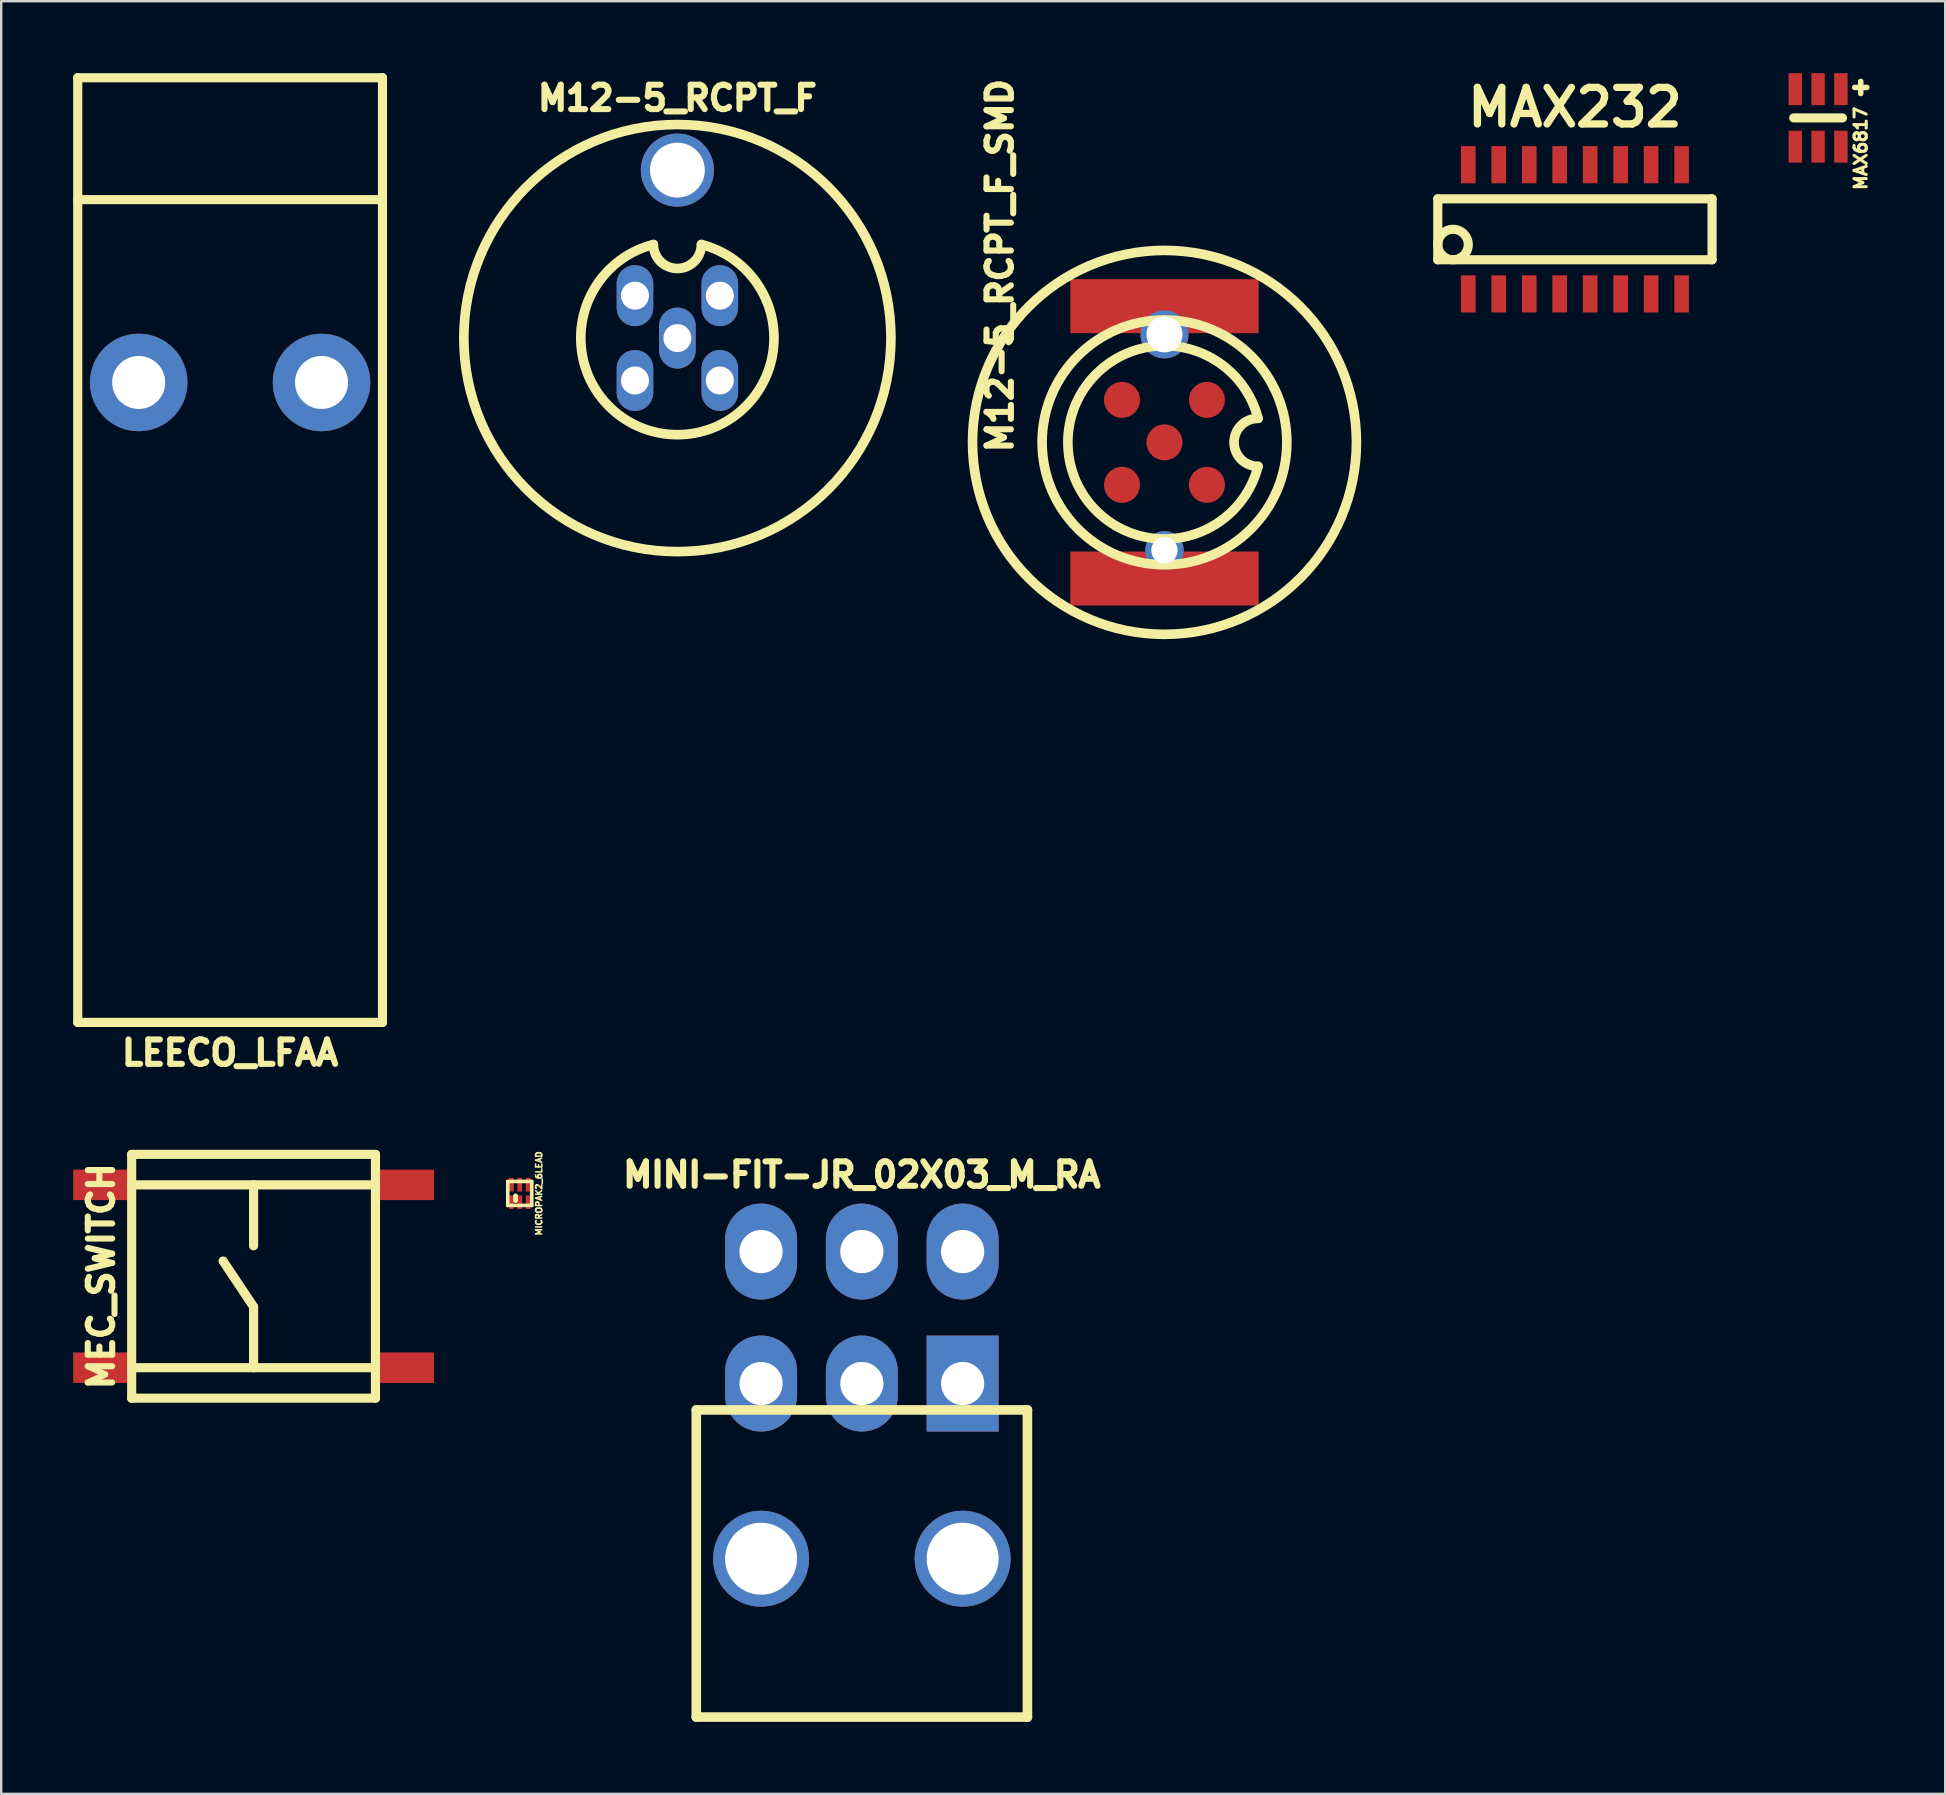
<source format=kicad_pcb>
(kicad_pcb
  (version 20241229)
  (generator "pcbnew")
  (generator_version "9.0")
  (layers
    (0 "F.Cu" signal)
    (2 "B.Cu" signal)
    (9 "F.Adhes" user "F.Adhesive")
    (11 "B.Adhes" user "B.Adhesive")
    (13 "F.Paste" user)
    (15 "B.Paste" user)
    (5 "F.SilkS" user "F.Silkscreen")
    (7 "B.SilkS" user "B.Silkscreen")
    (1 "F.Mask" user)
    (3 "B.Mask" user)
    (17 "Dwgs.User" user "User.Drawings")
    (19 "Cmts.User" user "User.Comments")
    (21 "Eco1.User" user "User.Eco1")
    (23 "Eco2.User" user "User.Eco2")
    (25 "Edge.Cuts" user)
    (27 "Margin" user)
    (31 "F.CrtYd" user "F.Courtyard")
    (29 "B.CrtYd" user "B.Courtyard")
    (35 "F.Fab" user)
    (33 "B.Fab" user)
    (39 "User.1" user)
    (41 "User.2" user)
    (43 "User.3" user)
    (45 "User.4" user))
  (footprint "MAX6817"
    (layer "F.Cu")
    (at 72.721 1.864)
    (property "Reference" "MAX6817" (at 1.778 1.27 270) (layer "F.SilkS") (effects (font (size 0.508 0.508) (thickness 0.127))))
    (property "Value" "${VALUE}" (at -1.778 0 90) (layer "F.SilkS") (hide yes) (effects (font (size 0.508 0.508) (thickness 0.127))))
    (attr through_hole)
    (fp_line (start 1.016 0) (end -1.016 0) (stroke (width 0.381) (type solid)) (layer "F.SilkS"))
    (fp_line (start 1.778 -1.524) (end 1.778 -1.016) (stroke (width 0.229) (type solid)) (layer "F.SilkS"))
    (fp_line (start 2.032 -1.27) (end 1.524 -1.27) (stroke (width 0.229) (type solid)) (layer "F.SilkS"))
    (pad "1" smd rect (at 0.95 -1.199 270) (size 1.331 0.559) (layers "F.Cu" "F.Mask" "F.Paste"))
    (pad "2" smd rect (at 0 -1.199 270) (size 1.331 0.559) (layers "F.Cu" "F.Mask" "F.Paste"))
    (pad "3" smd rect (at -0.95 -1.199 270) (size 1.331 0.559) (layers "F.Cu" "F.Mask" "F.Paste"))
    (pad "4" smd rect (at -0.95 1.199 270) (size 1.331 0.559) (layers "F.Cu" "F.Mask" "F.Paste"))
    (pad "5" smd rect (at 0 1.199 270) (size 1.331 0.559) (layers "F.Cu" "F.Mask" "F.Paste"))
    (pad "6" smd rect (at 0.95 1.199 270) (size 1.331 0.559) (layers "F.Cu" "F.Mask" "F.Paste")))
  (footprint "M12-5_RCPT_F_SMD"
    (layer "F.Cu")
    (at 45.481 15.386)
    (property "Reference" "M12-5_RCPT_F_SMD" (at -6.858 -7.366 270) (layer "F.SilkS") (effects (font (size 1.016 1.016) (thickness 0.254))))
    (attr through_hole)
    (fp_arc (start 3.899348 1.002533) (mid -4.026163 -0.001308) (end 3.899999 -0.999999) (stroke (width 0.4) (type solid)) (layer "F.SilkS"))
    (fp_arc (start 3.9 1) (mid 2.9 0) (end 3.9 -1) (stroke (width 0.4) (type solid)) (layer "F.SilkS"))
    (fp_circle (center 0 0) (end 0 5.1) (stroke (width 0.4) (type solid)) (fill no) (layer "F.SilkS"))
    (fp_circle (center 0 0) (end 0 8) (stroke (width 0.4) (type solid)) (fill no) (layer "F.SilkS"))
    (pad "" smd rect (at 0 -5.675 270) (size 2.25 7.85) (layers "F.Cu" "F.Mask"))
    (pad "" thru_hole circle (at 0 -4.5 270) (size 2 2) (drill 1.5) (layers "*.Cu" "*.Mask"))
    (pad "" thru_hole circle (at 0 4.5 270) (size 1.6 1.6) (drill 1.1) (layers "*.Cu" "*.Mask"))
    (pad "" smd rect (at 0 5.675 270) (size 2.25 7.85) (layers "F.Cu" "F.Mask"))
    (pad "1" smd circle (at 1.77 -1.77 270) (size 1.5 1.5) (layers "F.Cu" "F.Mask"))
    (pad "2" smd circle (at 1.77 1.77 270) (size 1.5 1.5) (layers "F.Cu" "F.Mask"))
    (pad "3" smd circle (at -1.77 1.77 270) (size 1.5 1.5) (layers "F.Cu" "F.Mask"))
    (pad "4" smd circle (at -1.77 -1.77 270) (size 1.5 1.5) (layers "F.Cu" "F.Mask"))
    (pad "5" smd circle (at 0 0 270) (size 1.5 1.5) (layers "F.Cu" "F.Mask")))
  (footprint "MAX232"
    (layer "F.Cu")
    (at 62.587 6.506)
    (property "Reference" "MAX232" (at 0 -5.08 0) (layer "F.SilkS") (effects (font (size 1.524 1.524) (thickness 0.305))))
    (property "Value" "${VALUE}" (at 0 5.08 0) (layer "F.SilkS") (hide yes) (effects (font (size 1.524 1.524) (thickness 0.305))))
    (attr through_hole)
    (fp_line (start -5.715 -1.27) (end -5.715 1.27) (stroke (width 0.381) (type solid)) (layer "F.SilkS"))
    (fp_line (start -5.715 1.27) (end 5.715 1.27) (stroke (width 0.381) (type solid)) (layer "F.SilkS"))
    (fp_line (start 5.715 -1.27) (end -5.715 -1.27) (stroke (width 0.381) (type solid)) (layer "F.SilkS"))
    (fp_line (start 5.715 1.27) (end 5.715 -1.27) (stroke (width 0.381) (type solid)) (layer "F.SilkS"))
    (fp_circle (center -5.08 0.635) (end -5.08 0) (stroke (width 0.381) (type solid)) (fill no) (layer "F.SilkS"))
    (pad "1" smd rect (at -4.445 2.692) (size 0.61 1.549) (layers "F.Cu" "F.Mask" "F.Paste"))
    (pad "2" smd rect (at -3.175 2.692) (size 0.61 1.549) (layers "F.Cu" "F.Mask" "F.Paste"))
    (pad "3" smd rect (at -1.905 2.692) (size 0.61 1.549) (layers "F.Cu" "F.Mask" "F.Paste"))
    (pad "4" smd rect (at -0.635 2.692) (size 0.61 1.549) (layers "F.Cu" "F.Mask" "F.Paste"))
    (pad "5" smd rect (at 0.635 2.692) (size 0.61 1.549) (layers "F.Cu" "F.Mask" "F.Paste"))
    (pad "6" smd rect (at 1.905 2.692) (size 0.61 1.549) (layers "F.Cu" "F.Mask" "F.Paste"))
    (pad "7" smd rect (at 3.175 2.692) (size 0.61 1.549) (layers "F.Cu" "F.Mask" "F.Paste"))
    (pad "8" smd rect (at 4.445 2.692) (size 0.61 1.549) (layers "F.Cu" "F.Mask" "F.Paste"))
    (pad "9" smd rect (at 4.445 -2.692) (size 0.61 1.549) (layers "F.Cu" "F.Mask" "F.Paste"))
    (pad "10" smd rect (at 3.175 -2.692) (size 0.61 1.549) (layers "F.Cu" "F.Mask" "F.Paste"))
    (pad "11" smd rect (at 1.905 -2.692) (size 0.61 1.549) (layers "F.Cu" "F.Mask" "F.Paste"))
    (pad "12" smd rect (at 0.635 -2.692) (size 0.61 1.549) (layers "F.Cu" "F.Mask" "F.Paste"))
    (pad "13" smd rect (at -0.635 -2.692) (size 0.61 1.549) (layers "F.Cu" "F.Mask" "F.Paste"))
    (pad "14" smd rect (at -1.905 -2.692) (size 0.61 1.549) (layers "F.Cu" "F.Mask" "F.Paste"))
    (pad "15" smd rect (at -3.175 -2.692) (size 0.61 1.549) (layers "F.Cu" "F.Mask" "F.Paste"))
    (pad "16" smd rect (at -4.445 -2.692) (size 0.61 1.549) (layers "F.Cu" "F.Mask" "F.Paste")))
  (footprint "MINI-FIT-JR_02X03_M_RA"
    (layer "F.Cu")
    (at 32.869 61.911)
    (property "Reference" "MINI-FIT-JR_02X03_M_RA" (at 0 -16 0) (layer "F.SilkS") (effects (font (size 1.016 1.016) (thickness 0.254))))
    (attr through_hole)
    (fp_line (start -6.9 -6.2) (end -6.9 6.6) (stroke (width 0.4) (type solid)) (layer "F.SilkS"))
    (fp_line (start -6.9 -6.2) (end 6.9 -6.2) (stroke (width 0.4) (type solid)) (layer "F.SilkS"))
    (fp_line (start -6.9 6.6) (end 6.9 6.6) (stroke (width 0.4) (type solid)) (layer "F.SilkS"))
    (fp_line (start 6.9 -6.2) (end 6.9 6.6) (stroke (width 0.4) (type solid)) (layer "F.SilkS"))
    (pad "" thru_hole circle (at -4.2 0) (size 4 4) (drill 3) (layers "*.Cu" "*.Mask"))
    (pad "" thru_hole circle (at 4.2 0) (size 4 4) (drill 3) (layers "*.Cu" "*.Mask"))
    (pad "1" thru_hole rect (at 4.2 -7.3) (size 3 4) (drill 1.8) (layers "*.Cu" "*.Mask"))
    (pad "2" thru_hole oval (at 0 -7.3) (size 3 4) (drill 1.8) (layers "*.Cu" "*.Mask"))
    (pad "3" thru_hole oval (at -4.2 -7.3) (size 3 4) (drill 1.8) (layers "*.Cu" "*.Mask"))
    (pad "4" thru_hole oval (at 4.2 -12.8) (size 3 4) (drill 1.8) (layers "*.Cu" "*.Mask"))
    (pad "5" thru_hole oval (at 0 -12.8) (size 3 4) (drill 1.8) (layers "*.Cu" "*.Mask"))
    (pad "6" thru_hole oval (at -4.2 -12.8) (size 3 4) (drill 1.8) (layers "*.Cu" "*.Mask")))
  (footprint "MICROPAK2_6LEAD"
    (layer "F.Cu")
    (at 18.612 46.688)
    (property "Reference" "MICROPAK2_6LEAD" (at 0.8 0 90) (layer "F.SilkS") (effects (font (size 0.254 0.254) (thickness 0.064))))
    (attr through_hole)
    (fp_line (start -0.5 -0.5) (end -0.5 0.5) (stroke (width 0.15) (type solid)) (layer "F.SilkS"))
    (fp_line (start -0.5 0.5) (end 0.5 0.5) (stroke (width 0.15) (type solid)) (layer "F.SilkS"))
    (fp_line (start -0.175 0.1) (end -0.175 0.3) (stroke (width 0.2) (type solid)) (layer "F.SilkS"))
    (fp_line (start 0.5 -0.5) (end -0.5 -0.5) (stroke (width 0.15) (type solid)) (layer "F.SilkS"))
    (fp_line (start 0.5 0.5) (end 0.5 -0.5) (stroke (width 0.15) (type solid)) (layer "F.SilkS"))
    (pad "1" smd rect (at -0.35 0.365) (size 0.2 0.57) (layers "F.Cu" "F.Mask" "F.Paste"))
    (pad "2" smd rect (at 0 0.365) (size 0.2 0.57) (layers "F.Cu" "F.Mask" "F.Paste"))
    (pad "3" smd rect (at 0.35 0.365) (size 0.2 0.57) (layers "F.Cu" "F.Mask" "F.Paste"))
    (pad "4" smd rect (at 0.35 -0.365) (size 0.2 0.57) (layers "F.Cu" "F.Mask" "F.Paste"))
    (pad "5" smd rect (at 0 -0.365) (size 0.2 0.57) (layers "F.Cu" "F.Mask" "F.Paste"))
    (pad "6" smd rect (at -0.35 -0.365) (size 0.2 0.57) (layers "F.Cu" "F.Mask" "F.Paste")))
  (footprint "M12-5_RCPT_F"
    (layer "F.Cu")
    (at 25.181 11.04)
    (property "Reference" "M12-5_RCPT_F" (at 0 -10 0) (layer "F.SilkS") (effects (font (size 1.016 1.016) (thickness 0.254))))
    (attr through_hole)
    (fp_arc (start 1 -3.9) (mid 0 -2.9) (end -1 -3.9) (stroke (width 0.4) (type solid)) (layer "F.SilkS"))
    (fp_arc (start 1.002533 -3.899348) (mid -0.001308 4.026163) (end -0.999999 -3.899999) (stroke (width 0.4) (type solid)) (layer "F.SilkS"))
    (fp_circle (center 0 0) (end 8.9 0) (stroke (width 0.4) (type solid)) (fill no) (layer "F.SilkS"))
    (pad "" thru_hole circle (at 0 -7) (size 3.048 3.048) (drill 2.286) (layers "*.Cu" "*.Mask"))
    (pad "1" thru_hole oval (at -1.768 -1.768) (size 1.524 2.54) (drill 1.168) (layers "*.Cu" "*.Mask"))
    (pad "2" thru_hole oval (at 1.768 -1.768) (size 1.524 2.54) (drill 1.168) (layers "*.Cu" "*.Mask"))
    (pad "3" thru_hole oval (at 1.768 1.768) (size 1.524 2.54) (drill 1.168) (layers "*.Cu" "*.Mask"))
    (pad "4" thru_hole oval (at -1.768 1.768) (size 1.524 2.54) (drill 1.168) (layers "*.Cu" "*.Mask"))
    (pad "5" thru_hole oval (at 0 0) (size 1.524 2.54) (drill 1.168) (layers "*.Cu" "*.Mask")))
  (footprint "MEC_SWITCH"
    (layer "F.Cu")
    (at 7.518 50.141)
    (property "Reference" "MEC_SWITCH" (at -6.35 0 90) (layer "F.SilkS") (effects (font (size 1.016 1.016) (thickness 0.254))))
    (property "Value" "${VALUE}" (at 6.35 0 90) (layer "F.SilkS") (hide yes) (effects (font (size 1.016 1.016) (thickness 0.254))))
    (attr through_hole)
    (fp_line (start -5.08 -5.08) (end -5.08 5.08) (stroke (width 0.381) (type solid)) (layer "F.SilkS"))
    (fp_line (start -5.08 -3.81) (end 5.08 -3.81) (stroke (width 0.381) (type solid)) (layer "F.SilkS"))
    (fp_line (start -5.08 3.81) (end 5.08 3.81) (stroke (width 0.381) (type solid)) (layer "F.SilkS"))
    (fp_line (start -5.08 5.08) (end 5.08 5.08) (stroke (width 0.381) (type solid)) (layer "F.SilkS"))
    (fp_line (start 0 -3.81) (end 0 -1.27) (stroke (width 0.381) (type solid)) (layer "F.SilkS"))
    (fp_line (start 0 1.27) (end -1.27 -0.635) (stroke (width 0.381) (type solid)) (layer "F.SilkS"))
    (fp_line (start 0 3.81) (end 0 1.27) (stroke (width 0.381) (type solid)) (layer "F.SilkS"))
    (fp_line (start 5.08 -5.08) (end -5.08 -5.08) (stroke (width 0.381) (type solid)) (layer "F.SilkS"))
    (fp_line (start 5.08 5.08) (end 5.08 -5.08) (stroke (width 0.381) (type solid)) (layer "F.SilkS"))
    (pad "1" smd rect (at 6.248 -3.81) (size 2.54 1.27) (layers "F.Cu" "F.Mask" "F.Paste"))
    (pad "2" smd rect (at -6.248 -3.81) (size 2.54 1.27) (layers "F.Cu" "F.Mask" "F.Paste"))
    (pad "3" smd rect (at 6.248 3.81) (size 2.54 1.27) (layers "F.Cu" "F.Mask" "F.Paste"))
    (pad "4" smd rect (at -6.248 3.81) (size 2.54 1.27) (layers "F.Cu" "F.Mask" "F.Paste")))
  (footprint "LEECO_LFAA"
    (layer "F.Cu")
    (at 6.54 12.89)
    (property "Reference" "LEECO_LFAA" (at 0 27.94 0) (layer "F.SilkS") (effects (font (size 1.016 1.016) (thickness 0.254))))
    (property "Value" "${VALUE}" (at 0 -10.16 0) (layer "F.SilkS") (hide yes) (effects (font (size 1.016 1.016) (thickness 0.254))))
    (attr through_hole)
    (fp_line (start -6.35 -12.7) (end 6.35 -12.7) (stroke (width 0.381) (type solid)) (layer "F.SilkS"))
    (fp_line (start -6.35 -7.62) (end 6.35 -7.62) (stroke (width 0.381) (type solid)) (layer "F.SilkS"))
    (fp_line (start -6.35 26.67) (end -6.35 -12.7) (stroke (width 0.381) (type solid)) (layer "F.SilkS"))
    (fp_line (start 6.35 -12.7) (end 6.35 26.67) (stroke (width 0.381) (type solid)) (layer "F.SilkS"))
    (fp_line (start 6.35 26.67) (end -6.35 26.67) (stroke (width 0.381) (type solid)) (layer "F.SilkS"))
    (pad "1" thru_hole circle (at -3.81 0) (size 4.064 4.064) (drill 2.21) (layers "*.Cu" "*.Mask"))
    (pad "2" thru_hole circle (at 3.81 0) (size 4.064 4.064) (drill 2.21) (layers "*.Cu" "*.Mask")))
  (gr_rect
    (start -3 -3)
    (end 78.019 71.711)
    (stroke (width 0.1) (type default))
    (fill no)
    (layer "Edge.Cuts")))
</source>
